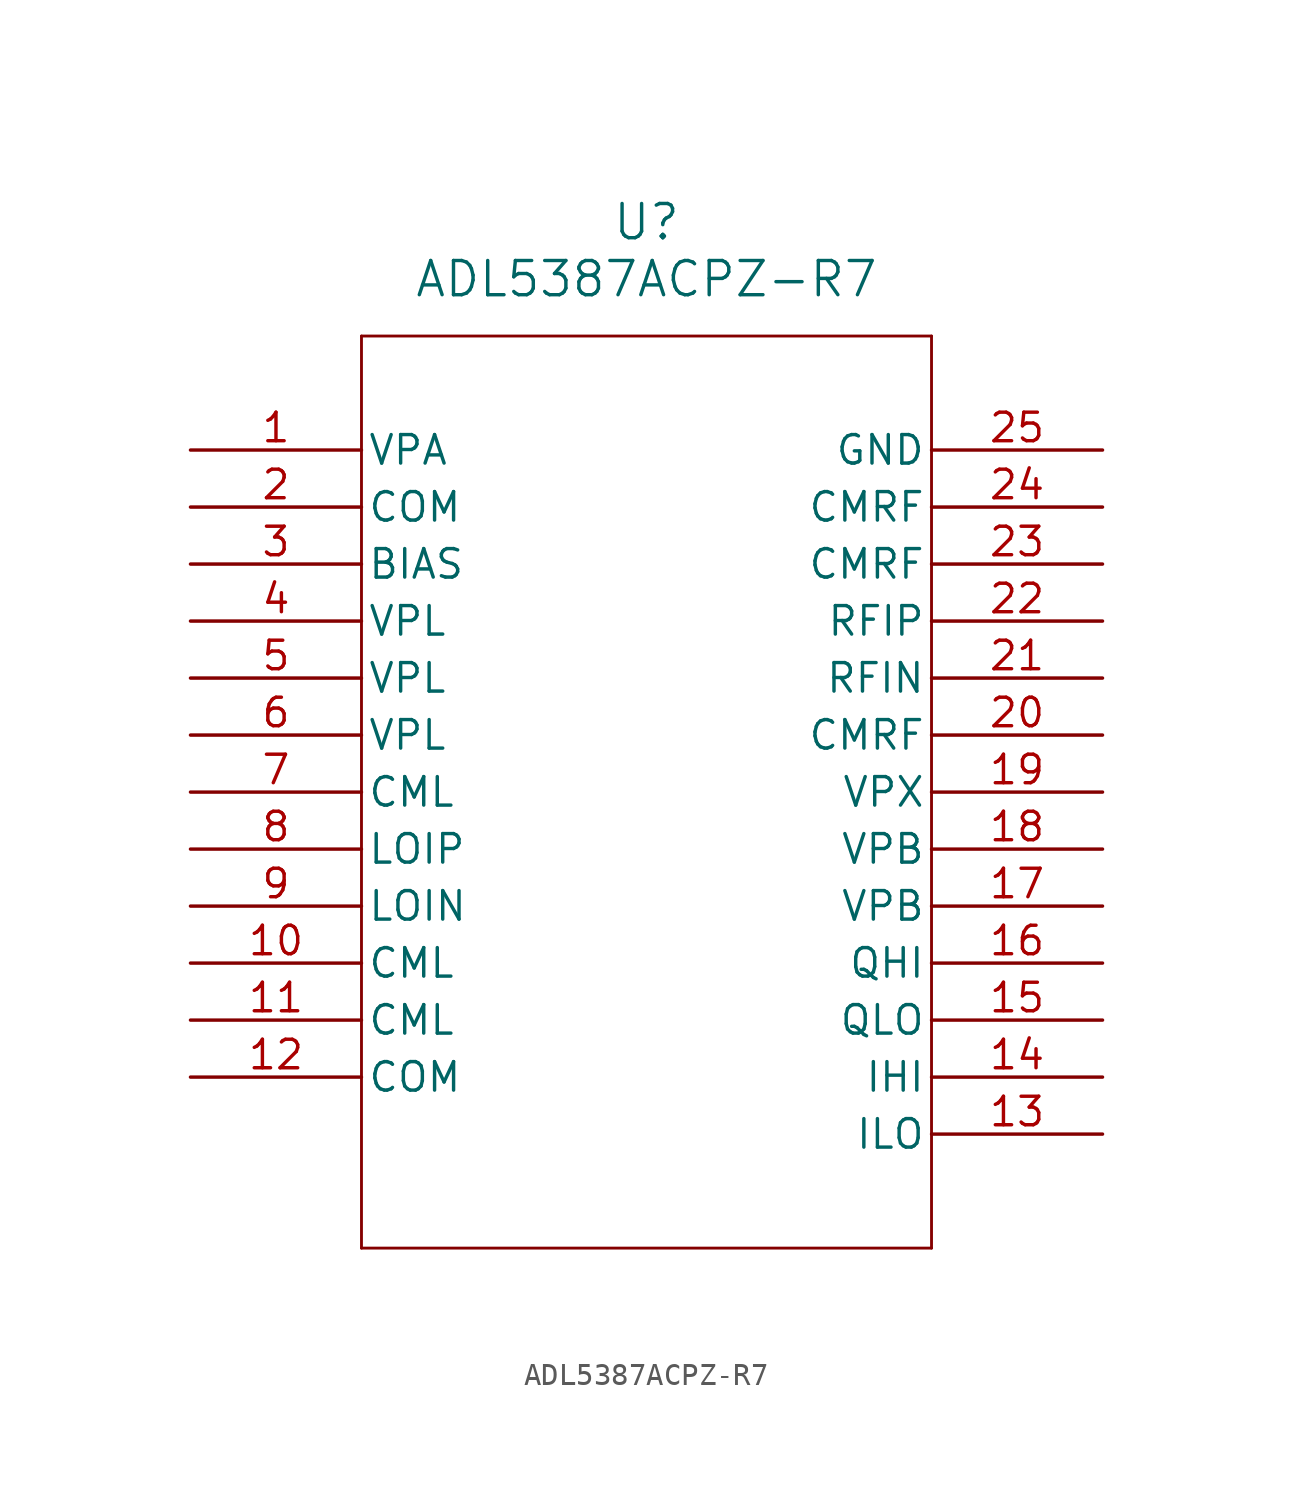
<source format=kicad_sym>
(kicad_symbol_lib
  (version 20211014)
  (generator kicad_symbol_editor)
  (symbol "ADL5387ACPZ-R7"
    (pin_names
      (offset 0.254))
    (property "Reference" "U"
      (at 20.32 10.16 0)
      (effects (font (size 1.524 1.524))))
    (property "Value" "ADL5387ACPZ-R7"
      (at 20.32 7.62 0)
      (effects (font (size 1.524 1.524))))
    (symbol "ADL5387ACPZ-R7_0_1"
      (polyline (pts (xy 7.62 5.08) (xy 7.62 -35.56)) (stroke (width 0.127) (type default) (color 0 0 0 0)) (fill (type none)))
      (polyline (pts (xy 7.62 -35.56) (xy 33.02 -35.56)) (stroke (width 0.127) (type default) (color 0 0 0 0)) (fill (type none)))
      (polyline (pts (xy 33.02 -35.56) (xy 33.02 5.08)) (stroke (width 0.127) (type default) (color 0 0 0 0)) (fill (type none)))
      (polyline (pts (xy 33.02 5.08) (xy 7.62 5.08)) (stroke (width 0.127) (type default) (color 0 0 0 0)) (fill (type none)))
      (pin power_in line (at 0 0 0) (length 7.62) (name "VPA" (effects (font (size 1.27 1.27)))) (number "1" (effects (font (size 1.27 1.27)))))
      (pin power_out line (at 0 -2.54 0) (length 7.62) (name "COM" (effects (font (size 1.27 1.27)))) (number "2" (effects (font (size 1.27 1.27)))))
      (pin unspecified line (at 0 -5.08 0) (length 7.62) (name "BIAS" (effects (font (size 1.27 1.27)))) (number "3" (effects (font (size 1.27 1.27)))))
      (pin power_in line (at 0 -7.62 0) (length 7.62) (name "VPL" (effects (font (size 1.27 1.27)))) (number "4" (effects (font (size 1.27 1.27)))))
      (pin power_in line (at 0 -10.16 0) (length 7.62) (name "VPL" (effects (font (size 1.27 1.27)))) (number "5" (effects (font (size 1.27 1.27)))))
      (pin power_in line (at 0 -12.7 0) (length 7.62) (name "VPL" (effects (font (size 1.27 1.27)))) (number "6" (effects (font (size 1.27 1.27)))))
      (pin power_out line (at 0 -15.24 0) (length 7.62) (name "CML" (effects (font (size 1.27 1.27)))) (number "7" (effects (font (size 1.27 1.27)))))
      (pin input line (at 0 -17.78 0) (length 7.62) (name "LOIP" (effects (font (size 1.27 1.27)))) (number "8" (effects (font (size 1.27 1.27)))))
      (pin input line (at 0 -20.32 0) (length 7.62) (name "LOIN" (effects (font (size 1.27 1.27)))) (number "9" (effects (font (size 1.27 1.27)))))
      (pin power_out line (at 0 -22.86 0) (length 7.62) (name "CML" (effects (font (size 1.27 1.27)))) (number "10" (effects (font (size 1.27 1.27)))))
      (pin power_out line (at 0 -25.4 0) (length 7.62) (name "CML" (effects (font (size 1.27 1.27)))) (number "11" (effects (font (size 1.27 1.27)))))
      (pin power_out line (at 0 -27.94 0) (length 7.62) (name "COM" (effects (font (size 1.27 1.27)))) (number "12" (effects (font (size 1.27 1.27)))))
      (pin output line (at 40.64 -30.48 180) (length 7.62) (name "ILO" (effects (font (size 1.27 1.27)))) (number "13" (effects (font (size 1.27 1.27)))))
      (pin output line (at 40.64 -27.94 180) (length 7.62) (name "IHI" (effects (font (size 1.27 1.27)))) (number "14" (effects (font (size 1.27 1.27)))))
      (pin output line (at 40.64 -25.4 180) (length 7.62) (name "QLO" (effects (font (size 1.27 1.27)))) (number "15" (effects (font (size 1.27 1.27)))))
      (pin output line (at 40.64 -22.86 180) (length 7.62) (name "QHI" (effects (font (size 1.27 1.27)))) (number "16" (effects (font (size 1.27 1.27)))))
      (pin power_in line (at 40.64 -20.32 180) (length 7.62) (name "VPB" (effects (font (size 1.27 1.27)))) (number "17" (effects (font (size 1.27 1.27)))))
      (pin power_in line (at 40.64 -17.78 180) (length 7.62) (name "VPB" (effects (font (size 1.27 1.27)))) (number "18" (effects (font (size 1.27 1.27)))))
      (pin power_in line (at 40.64 -15.24 180) (length 7.62) (name "VPX" (effects (font (size 1.27 1.27)))) (number "19" (effects (font (size 1.27 1.27)))))
      (pin power_out line (at 40.64 -12.7 180) (length 7.62) (name "CMRF" (effects (font (size 1.27 1.27)))) (number "20" (effects (font (size 1.27 1.27)))))
      (pin input line (at 40.64 -10.16 180) (length 7.62) (name "RFIN" (effects (font (size 1.27 1.27)))) (number "21" (effects (font (size 1.27 1.27)))))
      (pin input line (at 40.64 -7.62 180) (length 7.62) (name "RFIP" (effects (font (size 1.27 1.27)))) (number "22" (effects (font (size 1.27 1.27)))))
      (pin power_out line (at 40.64 -5.08 180) (length 7.62) (name "CMRF" (effects (font (size 1.27 1.27)))) (number "23" (effects (font (size 1.27 1.27)))))
      (pin power_out line (at 40.64 -2.54 180) (length 7.62) (name "CMRF" (effects (font (size 1.27 1.27)))) (number "24" (effects (font (size 1.27 1.27)))))
      (pin power_out line (at 40.64 0 180) (length 7.62) (name "GND" (effects (font (size 1.27 1.27)))) (number "25" (effects (font (size 1.27 1.27))))))))
</source>
